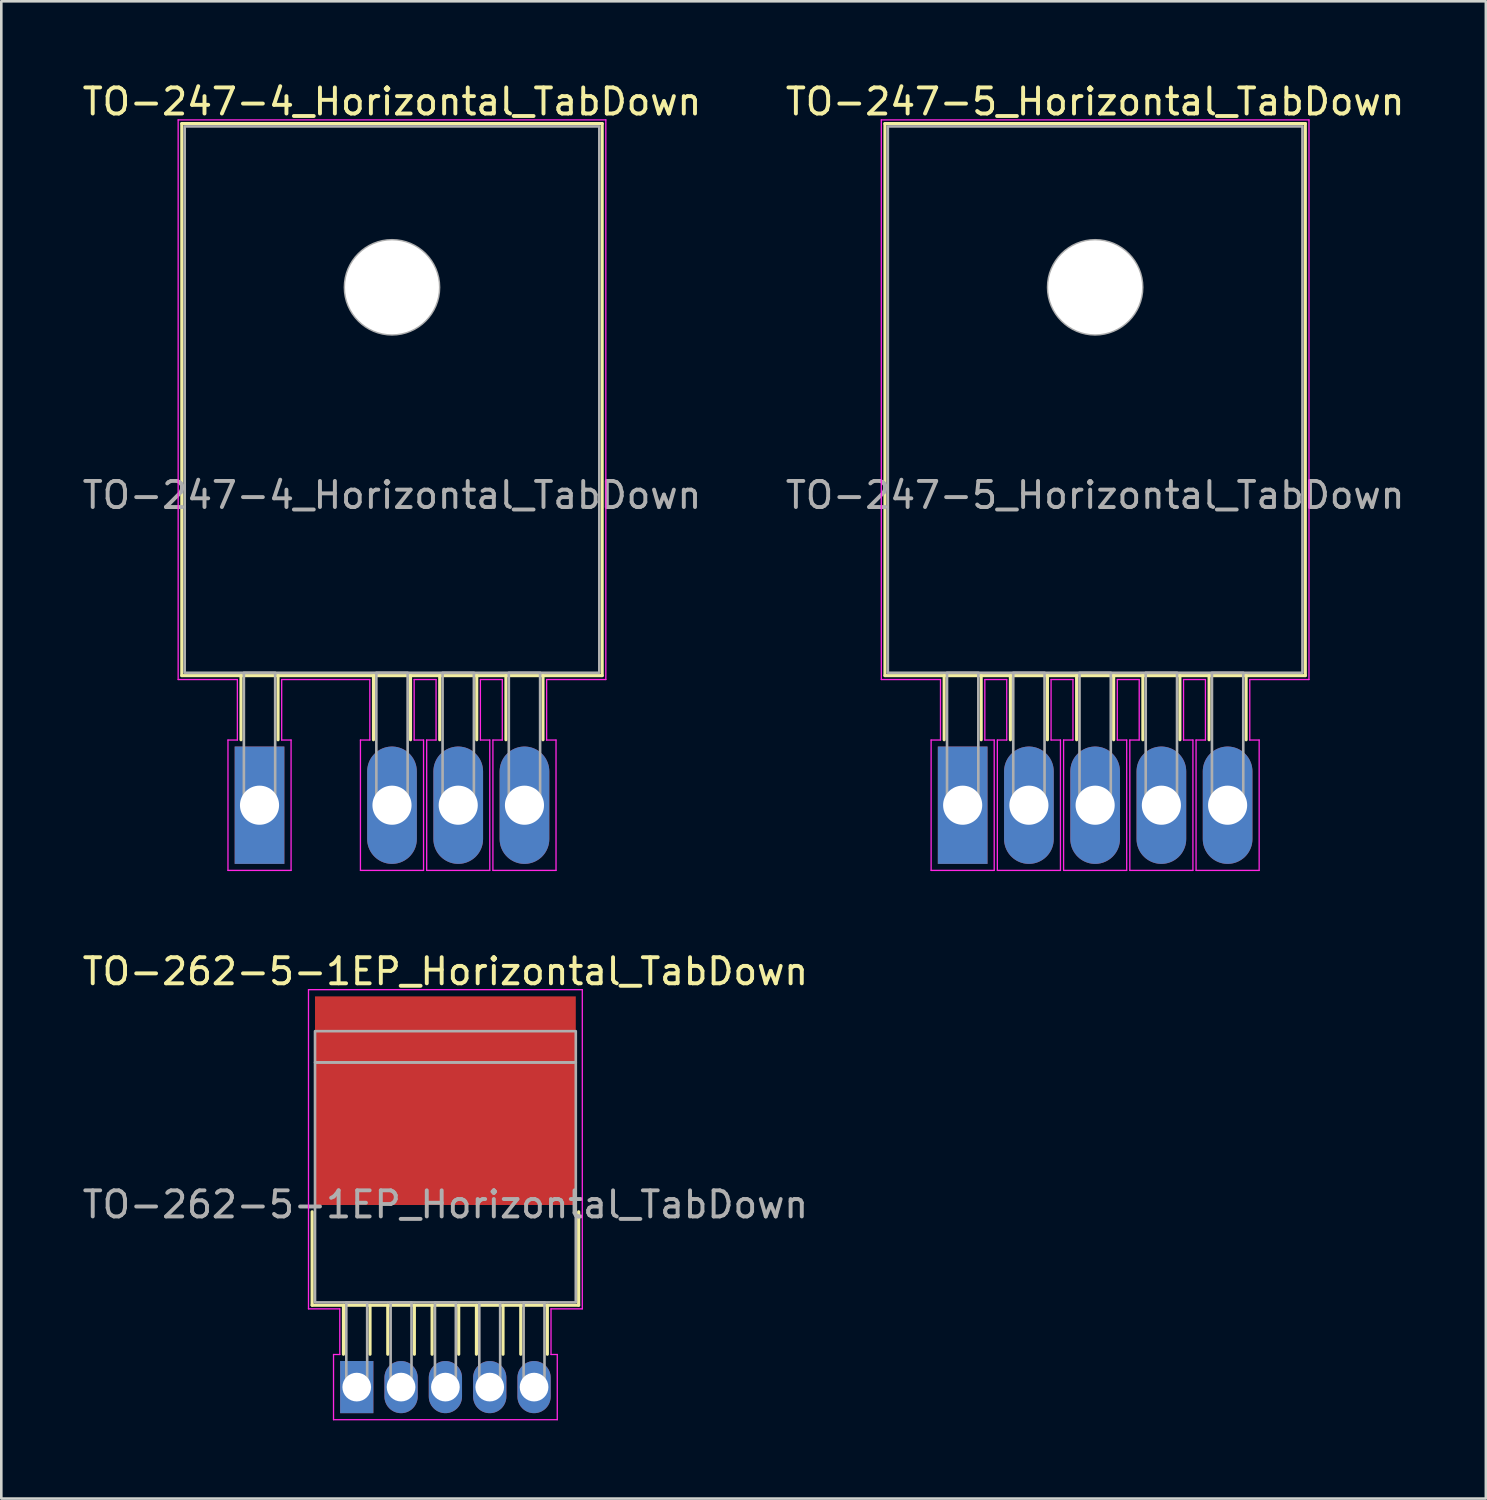
<source format=kicad_pcb>
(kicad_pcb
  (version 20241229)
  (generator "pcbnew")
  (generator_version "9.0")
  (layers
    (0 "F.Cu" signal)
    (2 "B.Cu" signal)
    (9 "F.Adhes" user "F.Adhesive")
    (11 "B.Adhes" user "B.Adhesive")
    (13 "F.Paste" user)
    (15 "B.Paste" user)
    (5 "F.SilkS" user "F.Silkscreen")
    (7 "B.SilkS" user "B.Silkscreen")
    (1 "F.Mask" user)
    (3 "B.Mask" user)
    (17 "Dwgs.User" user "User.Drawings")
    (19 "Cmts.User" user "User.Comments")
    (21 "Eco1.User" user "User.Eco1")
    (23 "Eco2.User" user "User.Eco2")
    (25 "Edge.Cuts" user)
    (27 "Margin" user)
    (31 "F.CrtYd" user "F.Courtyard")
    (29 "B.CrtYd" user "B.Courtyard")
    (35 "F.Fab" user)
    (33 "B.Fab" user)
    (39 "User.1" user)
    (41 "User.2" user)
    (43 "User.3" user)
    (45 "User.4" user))
  (footprint "TO-262-5-1EP_Horizontal_TabDown"
    (layer "F.Cu")
    (at 10.63 50.142)
    (property "Reference" "TO-262-5-1EP_Horizontal_TabDown" (at 3.4 -15.94 0) (layer "F.SilkS") (effects (font (size 1 1) (thickness 0.15))))
    (attr through_hole)
    (fp_line (start -1.71 -3.14) (end -1.71 -6.723) (stroke (width 0.12) (type solid)) (layer "F.SilkS"))
    (fp_line (start -1.71 -3.14) (end 8.51 -3.14) (stroke (width 0.12) (type solid)) (layer "F.SilkS"))
    (fp_line (start -0.51 -3.14) (end -0.51 -1.26) (stroke (width 0.12) (type solid)) (layer "F.SilkS"))
    (fp_line (start 0.51 -3.14) (end 0.51 -1.26) (stroke (width 0.12) (type solid)) (layer "F.SilkS"))
    (fp_line (start 1.19 -3.14) (end 1.19 -1.26) (stroke (width 0.12) (type solid)) (layer "F.SilkS"))
    (fp_line (start 2.21 -3.14) (end 2.21 -1.26) (stroke (width 0.12) (type solid)) (layer "F.SilkS"))
    (fp_line (start 2.89 -3.14) (end 2.89 -1.26) (stroke (width 0.12) (type solid)) (layer "F.SilkS"))
    (fp_line (start 3.91 -3.14) (end 3.91 -1.26) (stroke (width 0.12) (type solid)) (layer "F.SilkS"))
    (fp_line (start 4.59 -3.14) (end 4.59 -1.26) (stroke (width 0.12) (type solid)) (layer "F.SilkS"))
    (fp_line (start 5.61 -3.14) (end 5.61 -1.26) (stroke (width 0.12) (type solid)) (layer "F.SilkS"))
    (fp_line (start 6.29 -3.14) (end 6.29 -1.26) (stroke (width 0.12) (type solid)) (layer "F.SilkS"))
    (fp_line (start 7.31 -3.14) (end 7.31 -1.26) (stroke (width 0.12) (type solid)) (layer "F.SilkS"))
    (fp_line (start 8.51 -3.14) (end 8.51 -6.723) (stroke (width 0.12) (type solid)) (layer "F.SilkS"))
    (fp_line (start -1.85 -15.24) (end 8.65 -15.24) (stroke (width 0.05) (type solid)) (layer "F.CrtYd"))
    (fp_line (start -1.85 -3) (end -1.85 -15.24) (stroke (width 0.05) (type solid)) (layer "F.CrtYd"))
    (fp_line (start -0.89 -1.25) (end -0.65 -1.25) (stroke (width 0.05) (type solid)) (layer "F.CrtYd"))
    (fp_line (start -0.89 1.25) (end -0.89 -1.25) (stroke (width 0.05) (type solid)) (layer "F.CrtYd"))
    (fp_line (start -0.65 -3) (end -1.85 -3) (stroke (width 0.05) (type solid)) (layer "F.CrtYd"))
    (fp_line (start -0.65 -1.25) (end -0.65 -3) (stroke (width 0.05) (type solid)) (layer "F.CrtYd"))
    (fp_line (start 7.45 -3) (end 7.45 -1.25) (stroke (width 0.05) (type solid)) (layer "F.CrtYd"))
    (fp_line (start 7.45 -1.25) (end 7.69 -1.25) (stroke (width 0.05) (type solid)) (layer "F.CrtYd"))
    (fp_line (start 7.69 -1.25) (end 7.69 1.25) (stroke (width 0.05) (type solid)) (layer "F.CrtYd"))
    (fp_line (start 7.69 1.25) (end -0.89 1.25) (stroke (width 0.05) (type solid)) (layer "F.CrtYd"))
    (fp_line (start 8.65 -15.24) (end 8.65 -3) (stroke (width 0.05) (type solid)) (layer "F.CrtYd"))
    (fp_line (start 8.65 -3) (end 7.45 -3) (stroke (width 0.05) (type solid)) (layer "F.CrtYd"))
    (fp_rect (start -1.6 -13.65) (end 8.4 -12.45) (stroke (width 0.1) (type solid)) (fill no) (layer "F.Fab"))
    (fp_rect (start -1.6 -12.45) (end 8.4 -3.25) (stroke (width 0.1) (type solid)) (fill no) (layer "F.Fab"))
    (fp_rect (start -0.4 -3.25) (end 0.4 0) (stroke (width 0.1) (type solid)) (fill no) (layer "F.Fab"))
    (fp_rect (start 1.3 -3.25) (end 2.1 0) (stroke (width 0.1) (type solid)) (fill no) (layer "F.Fab"))
    (fp_rect (start 3 -3.25) (end 3.8 0) (stroke (width 0.1) (type solid)) (fill no) (layer "F.Fab"))
    (fp_rect (start 4.7 -3.25) (end 5.5 0) (stroke (width 0.1) (type solid)) (fill no) (layer "F.Fab"))
    (fp_rect (start 6.4 -3.25) (end 7.2 0) (stroke (width 0.1) (type solid)) (fill no) (layer "F.Fab"))
    (fp_text user "${REFERENCE}" (at 3.4 -7 0) (layer "F.Fab") (effects (font (size 1 1) (thickness 0.15))))
    (pad "1" thru_hole rect (at 0 0) (size 1.275 2) (drill 1.1) (layers "*.Cu" "*.Mask"))
    (pad "2" thru_hole oval (at 1.7 0) (size 1.275 2) (drill 1.1) (layers "*.Cu" "*.Mask"))
    (pad "3" thru_hole oval (at 3.4 0) (size 1.275 2) (drill 1.1) (layers "*.Cu" "*.Mask"))
    (pad "4" thru_hole oval (at 5.1 0) (size 1.275 2) (drill 1.1) (layers "*.Cu" "*.Mask"))
    (pad "5" thru_hole oval (at 6.8 0) (size 1.275 2) (drill 1.1) (layers "*.Cu" "*.Mask"))
    (pad "6" smd rect (at 3.4 -10.983) (size 10 8) (layers "F.Cu" "F.Mask" "F.Paste")))
  (footprint "TO-247-4_Horizontal_TabDown"
    (layer "F.Cu")
    (at 6.902 27.828)
    (property "Reference" "TO-247-4_Horizontal_TabDown" (at 5.08 -26.98 0) (layer "F.SilkS") (effects (font (size 1 1) (thickness 0.15))))
    (attr through_hole)
    (fp_line (start -2.98 -26.14) (end 13.14 -26.14) (stroke (width 0.12) (type solid)) (layer "F.SilkS"))
    (fp_line (start -2.98 -4.97) (end -2.98 -26.14) (stroke (width 0.12) (type solid)) (layer "F.SilkS"))
    (fp_line (start -2.98 -4.97) (end 13.14 -4.97) (stroke (width 0.12) (type solid)) (layer "F.SilkS"))
    (fp_line (start -0.71 -4.97) (end -0.71 -2.51) (stroke (width 0.12) (type solid)) (layer "F.SilkS"))
    (fp_line (start 0.71 -4.97) (end 0.71 -2.51) (stroke (width 0.12) (type solid)) (layer "F.SilkS"))
    (fp_line (start 4.37 -4.97) (end 4.37 -2.51) (stroke (width 0.12) (type solid)) (layer "F.SilkS"))
    (fp_line (start 5.79 -4.97) (end 5.79 -2.51) (stroke (width 0.12) (type solid)) (layer "F.SilkS"))
    (fp_line (start 6.91 -4.97) (end 6.91 -2.51) (stroke (width 0.12) (type solid)) (layer "F.SilkS"))
    (fp_line (start 8.33 -4.97) (end 8.33 -2.51) (stroke (width 0.12) (type solid)) (layer "F.SilkS"))
    (fp_line (start 9.45 -4.97) (end 9.45 -2.51) (stroke (width 0.12) (type solid)) (layer "F.SilkS"))
    (fp_line (start 10.87 -4.97) (end 10.87 -2.51) (stroke (width 0.12) (type solid)) (layer "F.SilkS"))
    (fp_line (start 13.14 -4.97) (end 13.14 -26.14) (stroke (width 0.12) (type solid)) (layer "F.SilkS"))
    (fp_line (start -3.12 -26.28) (end 13.28 -26.28) (stroke (width 0.05) (type solid)) (layer "F.CrtYd"))
    (fp_line (start -3.12 -4.82) (end -3.12 -26.28) (stroke (width 0.05) (type solid)) (layer "F.CrtYd"))
    (fp_line (start -1.21 -2.5) (end -0.85 -2.5) (stroke (width 0.05) (type solid)) (layer "F.CrtYd"))
    (fp_line (start -1.21 2.5) (end -1.21 -2.5) (stroke (width 0.05) (type solid)) (layer "F.CrtYd"))
    (fp_line (start -0.85 -4.82) (end -3.12 -4.82) (stroke (width 0.05) (type solid)) (layer "F.CrtYd"))
    (fp_line (start -0.85 -2.5) (end -0.85 -4.82) (stroke (width 0.05) (type solid)) (layer "F.CrtYd"))
    (fp_line (start 0.85 -4.82) (end 0.85 -2.5) (stroke (width 0.05) (type solid)) (layer "F.CrtYd"))
    (fp_line (start 0.85 -2.5) (end 1.21 -2.5) (stroke (width 0.05) (type solid)) (layer "F.CrtYd"))
    (fp_line (start 1.21 -2.5) (end 1.21 2.5) (stroke (width 0.05) (type solid)) (layer "F.CrtYd"))
    (fp_line (start 1.21 2.5) (end -1.21 2.5) (stroke (width 0.05) (type solid)) (layer "F.CrtYd"))
    (fp_line (start 3.87 -2.5) (end 4.23 -2.5) (stroke (width 0.05) (type solid)) (layer "F.CrtYd"))
    (fp_line (start 3.87 2.5) (end 3.87 -2.5) (stroke (width 0.05) (type solid)) (layer "F.CrtYd"))
    (fp_line (start 4.23 -4.82) (end 0.85 -4.82) (stroke (width 0.05) (type solid)) (layer "F.CrtYd"))
    (fp_line (start 4.23 -2.5) (end 4.23 -4.82) (stroke (width 0.05) (type solid)) (layer "F.CrtYd"))
    (fp_line (start 5.93 -4.82) (end 5.93 -2.5) (stroke (width 0.05) (type solid)) (layer "F.CrtYd"))
    (fp_line (start 5.93 -2.5) (end 6.29 -2.5) (stroke (width 0.05) (type solid)) (layer "F.CrtYd"))
    (fp_line (start 6.29 -2.5) (end 6.29 2.5) (stroke (width 0.05) (type solid)) (layer "F.CrtYd"))
    (fp_line (start 6.29 2.5) (end 3.87 2.5) (stroke (width 0.05) (type solid)) (layer "F.CrtYd"))
    (fp_line (start 6.41 -2.5) (end 6.77 -2.5) (stroke (width 0.05) (type solid)) (layer "F.CrtYd"))
    (fp_line (start 6.41 2.5) (end 6.41 -2.5) (stroke (width 0.05) (type solid)) (layer "F.CrtYd"))
    (fp_line (start 6.77 -4.82) (end 5.93 -4.82) (stroke (width 0.05) (type solid)) (layer "F.CrtYd"))
    (fp_line (start 6.77 -2.5) (end 6.77 -4.82) (stroke (width 0.05) (type solid)) (layer "F.CrtYd"))
    (fp_line (start 8.47 -4.82) (end 8.47 -2.5) (stroke (width 0.05) (type solid)) (layer "F.CrtYd"))
    (fp_line (start 8.47 -2.5) (end 8.83 -2.5) (stroke (width 0.05) (type solid)) (layer "F.CrtYd"))
    (fp_line (start 8.83 -2.5) (end 8.83 2.5) (stroke (width 0.05) (type solid)) (layer "F.CrtYd"))
    (fp_line (start 8.83 2.5) (end 6.41 2.5) (stroke (width 0.05) (type solid)) (layer "F.CrtYd"))
    (fp_line (start 8.95 -2.5) (end 9.31 -2.5) (stroke (width 0.05) (type solid)) (layer "F.CrtYd"))
    (fp_line (start 8.95 2.5) (end 8.95 -2.5) (stroke (width 0.05) (type solid)) (layer "F.CrtYd"))
    (fp_line (start 9.31 -4.82) (end 8.47 -4.82) (stroke (width 0.05) (type solid)) (layer "F.CrtYd"))
    (fp_line (start 9.31 -2.5) (end 9.31 -4.82) (stroke (width 0.05) (type solid)) (layer "F.CrtYd"))
    (fp_line (start 11.01 -4.82) (end 11.01 -2.5) (stroke (width 0.05) (type solid)) (layer "F.CrtYd"))
    (fp_line (start 11.01 -2.5) (end 11.37 -2.5) (stroke (width 0.05) (type solid)) (layer "F.CrtYd"))
    (fp_line (start 11.37 -2.5) (end 11.37 2.5) (stroke (width 0.05) (type solid)) (layer "F.CrtYd"))
    (fp_line (start 11.37 2.5) (end 8.95 2.5) (stroke (width 0.05) (type solid)) (layer "F.CrtYd"))
    (fp_line (start 13.28 -26.28) (end 13.28 -4.82) (stroke (width 0.05) (type solid)) (layer "F.CrtYd"))
    (fp_line (start 13.28 -4.82) (end 11.01 -4.82) (stroke (width 0.05) (type solid)) (layer "F.CrtYd"))
    (fp_rect (start -2.87 -26.03) (end 13.03 -5.08) (stroke (width 0.1) (type solid)) (fill no) (layer "F.Fab"))
    (fp_rect (start -0.6 -5.08) (end 0.6 0) (stroke (width 0.1) (type solid)) (fill no) (layer "F.Fab"))
    (fp_rect (start 4.48 -5.08) (end 5.68 0) (stroke (width 0.1) (type solid)) (fill no) (layer "F.Fab"))
    (fp_rect (start 7.02 -5.08) (end 8.22 0) (stroke (width 0.1) (type solid)) (fill no) (layer "F.Fab"))
    (fp_rect (start 9.56 -5.08) (end 10.76 0) (stroke (width 0.1) (type solid)) (fill no) (layer "F.Fab"))
    (fp_circle (center 5.08 -19.86) (end 6.885 -19.86) (stroke (width 0.1) (type solid)) (fill no) (layer "F.Fab"))
    (fp_text user "${REFERENCE}" (at 5.08 -11.89 0) (layer "F.Fab") (effects (font (size 1 1) (thickness 0.15))))
    (pad "" np_thru_hole circle (at 5.08 -19.86) (size 3.6 3.6) (drill 3.6) (layers "*.Cu" "*.Mask"))
    (pad "1" thru_hole rect (at 0 0) (size 1.905 4.5) (drill 1.5) (layers "*.Cu" "*.Mask"))
    (pad "2" thru_hole oval (at 5.08 0) (size 1.905 4.5) (drill 1.5) (layers "*.Cu" "*.Mask"))
    (pad "3" thru_hole oval (at 7.62 0) (size 1.905 4.5) (drill 1.5) (layers "*.Cu" "*.Mask"))
    (pad "4" thru_hole oval (at 10.16 0) (size 1.905 4.5) (drill 1.5) (layers "*.Cu" "*.Mask")))
  (footprint "TO-247-5_Horizontal_TabDown"
    (layer "F.Cu")
    (at 33.866 27.828)
    (property "Reference" "TO-247-5_Horizontal_TabDown" (at 5.08 -26.98 0) (layer "F.SilkS") (effects (font (size 1 1) (thickness 0.15))))
    (attr through_hole)
    (fp_line (start -2.98 -26.14) (end 13.14 -26.14) (stroke (width 0.12) (type solid)) (layer "F.SilkS"))
    (fp_line (start -2.98 -4.97) (end -2.98 -26.14) (stroke (width 0.12) (type solid)) (layer "F.SilkS"))
    (fp_line (start -2.98 -4.97) (end 13.14 -4.97) (stroke (width 0.12) (type solid)) (layer "F.SilkS"))
    (fp_line (start -0.71 -4.97) (end -0.71 -2.51) (stroke (width 0.12) (type solid)) (layer "F.SilkS"))
    (fp_line (start 0.71 -4.97) (end 0.71 -2.51) (stroke (width 0.12) (type solid)) (layer "F.SilkS"))
    (fp_line (start 1.83 -4.97) (end 1.83 -2.51) (stroke (width 0.12) (type solid)) (layer "F.SilkS"))
    (fp_line (start 3.25 -4.97) (end 3.25 -2.51) (stroke (width 0.12) (type solid)) (layer "F.SilkS"))
    (fp_line (start 4.37 -4.97) (end 4.37 -2.51) (stroke (width 0.12) (type solid)) (layer "F.SilkS"))
    (fp_line (start 5.79 -4.97) (end 5.79 -2.51) (stroke (width 0.12) (type solid)) (layer "F.SilkS"))
    (fp_line (start 6.91 -4.97) (end 6.91 -2.51) (stroke (width 0.12) (type solid)) (layer "F.SilkS"))
    (fp_line (start 8.33 -4.97) (end 8.33 -2.51) (stroke (width 0.12) (type solid)) (layer "F.SilkS"))
    (fp_line (start 9.45 -4.97) (end 9.45 -2.51) (stroke (width 0.12) (type solid)) (layer "F.SilkS"))
    (fp_line (start 10.87 -4.97) (end 10.87 -2.51) (stroke (width 0.12) (type solid)) (layer "F.SilkS"))
    (fp_line (start 13.14 -4.97) (end 13.14 -26.14) (stroke (width 0.12) (type solid)) (layer "F.SilkS"))
    (fp_line (start -3.12 -26.28) (end 13.28 -26.28) (stroke (width 0.05) (type solid)) (layer "F.CrtYd"))
    (fp_line (start -3.12 -4.82) (end -3.12 -26.28) (stroke (width 0.05) (type solid)) (layer "F.CrtYd"))
    (fp_line (start -1.21 -2.5) (end -0.85 -2.5) (stroke (width 0.05) (type solid)) (layer "F.CrtYd"))
    (fp_line (start -1.21 2.5) (end -1.21 -2.5) (stroke (width 0.05) (type solid)) (layer "F.CrtYd"))
    (fp_line (start -0.85 -4.82) (end -3.12 -4.82) (stroke (width 0.05) (type solid)) (layer "F.CrtYd"))
    (fp_line (start -0.85 -2.5) (end -0.85 -4.82) (stroke (width 0.05) (type solid)) (layer "F.CrtYd"))
    (fp_line (start 0.85 -4.82) (end 0.85 -2.5) (stroke (width 0.05) (type solid)) (layer "F.CrtYd"))
    (fp_line (start 0.85 -2.5) (end 1.21 -2.5) (stroke (width 0.05) (type solid)) (layer "F.CrtYd"))
    (fp_line (start 1.21 -2.5) (end 1.21 2.5) (stroke (width 0.05) (type solid)) (layer "F.CrtYd"))
    (fp_line (start 1.21 2.5) (end -1.21 2.5) (stroke (width 0.05) (type solid)) (layer "F.CrtYd"))
    (fp_line (start 1.33 -2.5) (end 1.69 -2.5) (stroke (width 0.05) (type solid)) (layer "F.CrtYd"))
    (fp_line (start 1.33 2.5) (end 1.33 -2.5) (stroke (width 0.05) (type solid)) (layer "F.CrtYd"))
    (fp_line (start 1.69 -4.82) (end 0.85 -4.82) (stroke (width 0.05) (type solid)) (layer "F.CrtYd"))
    (fp_line (start 1.69 -2.5) (end 1.69 -4.82) (stroke (width 0.05) (type solid)) (layer "F.CrtYd"))
    (fp_line (start 3.39 -4.82) (end 3.39 -2.5) (stroke (width 0.05) (type solid)) (layer "F.CrtYd"))
    (fp_line (start 3.39 -2.5) (end 3.75 -2.5) (stroke (width 0.05) (type solid)) (layer "F.CrtYd"))
    (fp_line (start 3.75 -2.5) (end 3.75 2.5) (stroke (width 0.05) (type solid)) (layer "F.CrtYd"))
    (fp_line (start 3.75 2.5) (end 1.33 2.5) (stroke (width 0.05) (type solid)) (layer "F.CrtYd"))
    (fp_line (start 3.87 -2.5) (end 4.23 -2.5) (stroke (width 0.05) (type solid)) (layer "F.CrtYd"))
    (fp_line (start 3.87 2.5) (end 3.87 -2.5) (stroke (width 0.05) (type solid)) (layer "F.CrtYd"))
    (fp_line (start 4.23 -4.82) (end 3.39 -4.82) (stroke (width 0.05) (type solid)) (layer "F.CrtYd"))
    (fp_line (start 4.23 -2.5) (end 4.23 -4.82) (stroke (width 0.05) (type solid)) (layer "F.CrtYd"))
    (fp_line (start 5.93 -4.82) (end 5.93 -2.5) (stroke (width 0.05) (type solid)) (layer "F.CrtYd"))
    (fp_line (start 5.93 -2.5) (end 6.29 -2.5) (stroke (width 0.05) (type solid)) (layer "F.CrtYd"))
    (fp_line (start 6.29 -2.5) (end 6.29 2.5) (stroke (width 0.05) (type solid)) (layer "F.CrtYd"))
    (fp_line (start 6.29 2.5) (end 3.87 2.5) (stroke (width 0.05) (type solid)) (layer "F.CrtYd"))
    (fp_line (start 6.41 -2.5) (end 6.77 -2.5) (stroke (width 0.05) (type solid)) (layer "F.CrtYd"))
    (fp_line (start 6.41 2.5) (end 6.41 -2.5) (stroke (width 0.05) (type solid)) (layer "F.CrtYd"))
    (fp_line (start 6.77 -4.82) (end 5.93 -4.82) (stroke (width 0.05) (type solid)) (layer "F.CrtYd"))
    (fp_line (start 6.77 -2.5) (end 6.77 -4.82) (stroke (width 0.05) (type solid)) (layer "F.CrtYd"))
    (fp_line (start 8.47 -4.82) (end 8.47 -2.5) (stroke (width 0.05) (type solid)) (layer "F.CrtYd"))
    (fp_line (start 8.47 -2.5) (end 8.83 -2.5) (stroke (width 0.05) (type solid)) (layer "F.CrtYd"))
    (fp_line (start 8.83 -2.5) (end 8.83 2.5) (stroke (width 0.05) (type solid)) (layer "F.CrtYd"))
    (fp_line (start 8.83 2.5) (end 6.41 2.5) (stroke (width 0.05) (type solid)) (layer "F.CrtYd"))
    (fp_line (start 8.95 -2.5) (end 9.31 -2.5) (stroke (width 0.05) (type solid)) (layer "F.CrtYd"))
    (fp_line (start 8.95 2.5) (end 8.95 -2.5) (stroke (width 0.05) (type solid)) (layer "F.CrtYd"))
    (fp_line (start 9.31 -4.82) (end 8.47 -4.82) (stroke (width 0.05) (type solid)) (layer "F.CrtYd"))
    (fp_line (start 9.31 -2.5) (end 9.31 -4.82) (stroke (width 0.05) (type solid)) (layer "F.CrtYd"))
    (fp_line (start 11.01 -4.82) (end 11.01 -2.5) (stroke (width 0.05) (type solid)) (layer "F.CrtYd"))
    (fp_line (start 11.01 -2.5) (end 11.37 -2.5) (stroke (width 0.05) (type solid)) (layer "F.CrtYd"))
    (fp_line (start 11.37 -2.5) (end 11.37 2.5) (stroke (width 0.05) (type solid)) (layer "F.CrtYd"))
    (fp_line (start 11.37 2.5) (end 8.95 2.5) (stroke (width 0.05) (type solid)) (layer "F.CrtYd"))
    (fp_line (start 13.28 -26.28) (end 13.28 -4.82) (stroke (width 0.05) (type solid)) (layer "F.CrtYd"))
    (fp_line (start 13.28 -4.82) (end 11.01 -4.82) (stroke (width 0.05) (type solid)) (layer "F.CrtYd"))
    (fp_rect (start -2.87 -26.03) (end 13.03 -5.08) (stroke (width 0.1) (type solid)) (fill no) (layer "F.Fab"))
    (fp_rect (start -0.6 -5.08) (end 0.6 0) (stroke (width 0.1) (type solid)) (fill no) (layer "F.Fab"))
    (fp_rect (start 1.94 -5.08) (end 3.14 0) (stroke (width 0.1) (type solid)) (fill no) (layer "F.Fab"))
    (fp_rect (start 4.48 -5.08) (end 5.68 0) (stroke (width 0.1) (type solid)) (fill no) (layer "F.Fab"))
    (fp_rect (start 7.02 -5.08) (end 8.22 0) (stroke (width 0.1) (type solid)) (fill no) (layer "F.Fab"))
    (fp_rect (start 9.56 -5.08) (end 10.76 0) (stroke (width 0.1) (type solid)) (fill no) (layer "F.Fab"))
    (fp_circle (center 5.08 -19.86) (end 6.885 -19.86) (stroke (width 0.1) (type solid)) (fill no) (layer "F.Fab"))
    (fp_text user "${REFERENCE}" (at 5.08 -11.89 0) (layer "F.Fab") (effects (font (size 1 1) (thickness 0.15))))
    (pad "" np_thru_hole circle (at 5.08 -19.86) (size 3.6 3.6) (drill 3.6) (layers "*.Cu" "*.Mask"))
    (pad "1" thru_hole rect (at 0 0) (size 1.905 4.5) (drill 1.5) (layers "*.Cu" "*.Mask"))
    (pad "2" thru_hole oval (at 2.54 0) (size 1.905 4.5) (drill 1.5) (layers "*.Cu" "*.Mask"))
    (pad "3" thru_hole oval (at 5.08 0) (size 1.905 4.5) (drill 1.5) (layers "*.Cu" "*.Mask"))
    (pad "4" thru_hole oval (at 7.62 0) (size 1.905 4.5) (drill 1.5) (layers "*.Cu" "*.Mask"))
    (pad "5" thru_hole oval (at 10.16 0) (size 1.905 4.5) (drill 1.5) (layers "*.Cu" "*.Mask")))
  (gr_rect
    (start -3 -3)
    (end 53.929 54.416)
    (stroke (width 0.1) (type default))
    (fill no)
    (layer "Edge.Cuts")))
</source>
